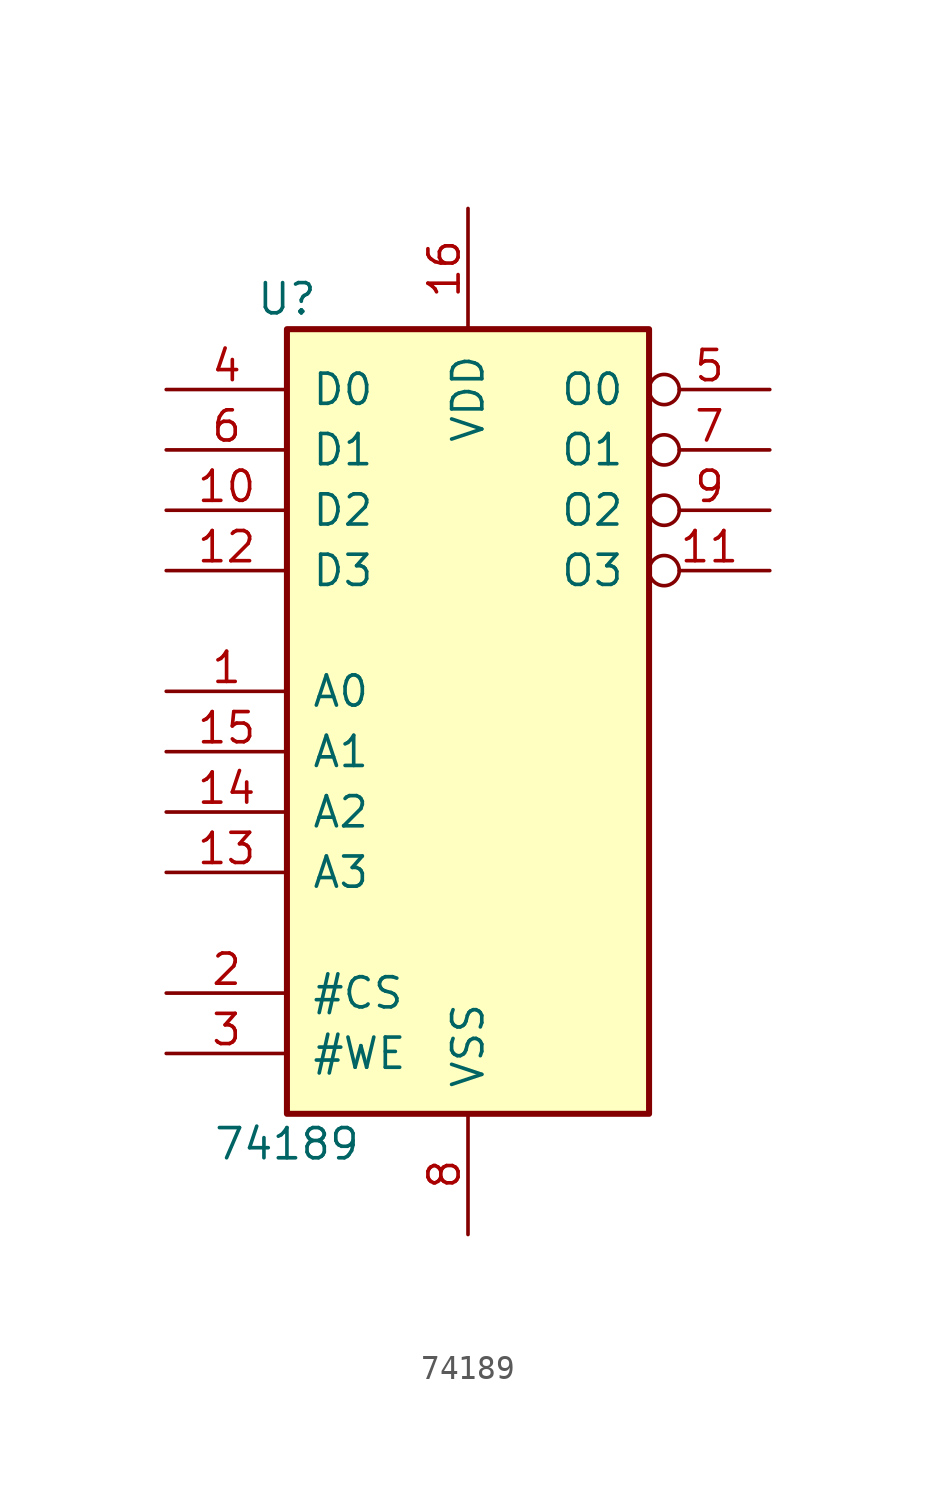
<source format=kicad_sym>
(kicad_symbol_lib
  (version 20231120)
  (generator "kicad_symbol_editor")
  (generator_version "8.0")
  (symbol "74189"
    (pin_names
      (offset 1.016))
    (property "Reference" "U"
      (at -7.62 16.51 0)
      (effects (font (size 1.27 1.27))))
    (property "Value" "74189"
      (at -7.62 -19.05 0)
      (effects (font (size 1.27 1.27))))
    (property "ki_locked" ""
      (at 0 0 0)
      (effects (font (size 1.27 1.27))))
    (symbol "74189_1_0"
      (pin input line (at -12.7 0 0) (length 5.08) (name "A0" (effects (font (size 1.27 1.27)))) (number "1" (effects (font (size 1.27 1.27)))))
      (pin input line (at -12.7 7.62 0) (length 5.08) (name "D2" (effects (font (size 1.27 1.27)))) (number "10" (effects (font (size 1.27 1.27)))))
      (pin output inverted (at 12.7 5.08 180) (length 5.08) (name "O3" (effects (font (size 1.27 1.27)))) (number "11" (effects (font (size 1.27 1.27)))))
      (pin input line (at -12.7 5.08 0) (length 5.08) (name "D3" (effects (font (size 1.27 1.27)))) (number "12" (effects (font (size 1.27 1.27)))))
      (pin input line (at -12.7 -7.62 0) (length 5.08) (name "A3" (effects (font (size 1.27 1.27)))) (number "13" (effects (font (size 1.27 1.27)))))
      (pin input line (at -12.7 -5.08 0) (length 5.08) (name "A2" (effects (font (size 1.27 1.27)))) (number "14" (effects (font (size 1.27 1.27)))))
      (pin input line (at -12.7 -2.54 0) (length 5.08) (name "A1" (effects (font (size 1.27 1.27)))) (number "15" (effects (font (size 1.27 1.27)))))
      (pin power_in line (at 0 20.32 270) (length 5.08) (name "VDD" (effects (font (size 1.27 1.27)))) (number "16" (effects (font (size 1.27 1.27)))))
      (pin input line (at -12.7 -12.7 0) (length 5.08) (name "#CS" (effects (font (size 1.27 1.27)))) (number "2" (effects (font (size 1.27 1.27)))))
      (pin input line (at -12.7 -15.24 0) (length 5.08) (name "#WE" (effects (font (size 1.27 1.27)))) (number "3" (effects (font (size 1.27 1.27)))))
      (pin input line (at -12.7 12.7 0) (length 5.08) (name "D0" (effects (font (size 1.27 1.27)))) (number "4" (effects (font (size 1.27 1.27)))))
      (pin output inverted (at 12.7 12.7 180) (length 5.08) (name "O0" (effects (font (size 1.27 1.27)))) (number "5" (effects (font (size 1.27 1.27)))))
      (pin input line (at -12.7 10.16 0) (length 5.08) (name "D1" (effects (font (size 1.27 1.27)))) (number "6" (effects (font (size 1.27 1.27)))))
      (pin output inverted (at 12.7 10.16 180) (length 5.08) (name "O1" (effects (font (size 1.27 1.27)))) (number "7" (effects (font (size 1.27 1.27)))))
      (pin power_in line (at 0 -22.86 90) (length 5.08) (name "VSS" (effects (font (size 1.27 1.27)))) (number "8" (effects (font (size 1.27 1.27)))))
      (pin output inverted (at 12.7 7.62 180) (length 5.08) (name "O2" (effects (font (size 1.27 1.27)))) (number "9" (effects (font (size 1.27 1.27))))))
    (symbol "74189_1_1"
      (rectangle (start -7.62 15.24) (end 7.62 -17.78) (stroke (width 0.254) (type default)) (fill (type background))))))
</source>
